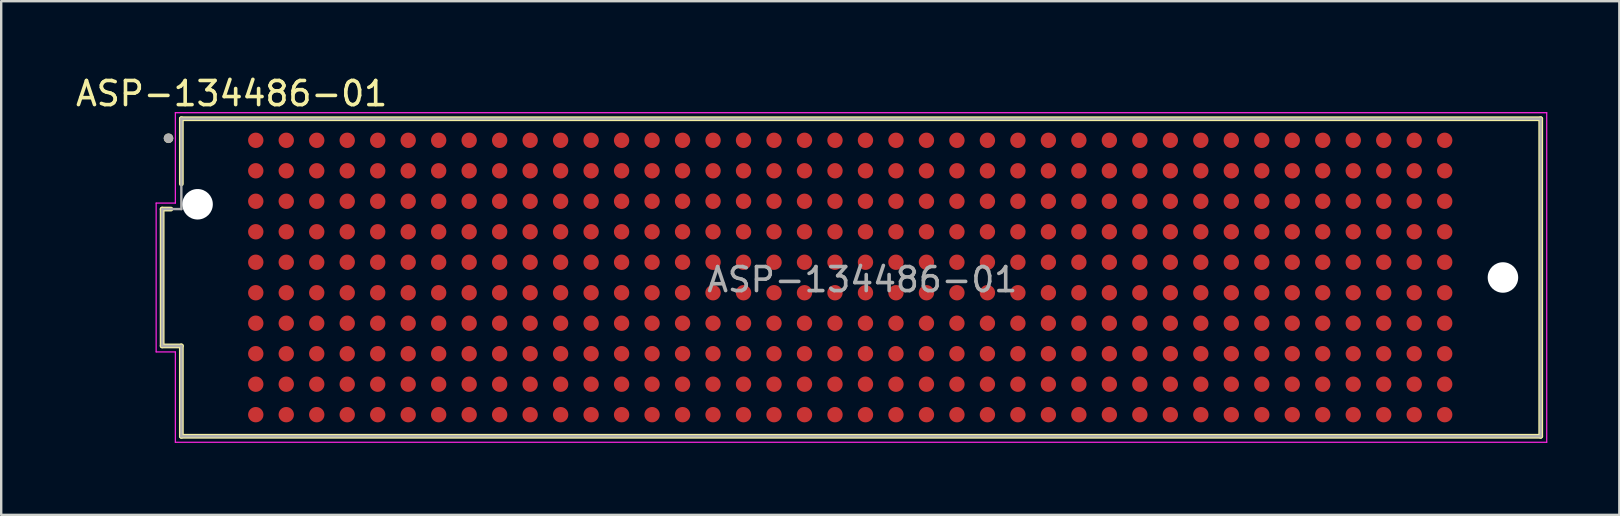
<source format=kicad_pcb>
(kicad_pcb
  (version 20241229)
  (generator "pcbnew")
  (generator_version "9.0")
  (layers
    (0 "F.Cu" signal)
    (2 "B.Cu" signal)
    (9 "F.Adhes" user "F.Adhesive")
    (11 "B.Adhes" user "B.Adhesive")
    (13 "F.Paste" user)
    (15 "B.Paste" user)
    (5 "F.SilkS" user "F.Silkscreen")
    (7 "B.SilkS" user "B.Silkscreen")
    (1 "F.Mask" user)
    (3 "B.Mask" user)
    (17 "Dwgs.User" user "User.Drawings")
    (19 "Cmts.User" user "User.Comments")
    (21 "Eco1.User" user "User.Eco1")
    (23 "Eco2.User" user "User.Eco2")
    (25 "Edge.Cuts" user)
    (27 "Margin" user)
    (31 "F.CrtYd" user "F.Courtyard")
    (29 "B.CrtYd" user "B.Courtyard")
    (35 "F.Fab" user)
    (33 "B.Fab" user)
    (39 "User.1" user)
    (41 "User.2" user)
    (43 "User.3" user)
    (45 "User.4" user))
  (footprint "ASP-134486-01"
    (layer "F.Cu")
    (at 32.37 8.51)
    (property "Reference" "ASP-134486-01" (at -25.77 -7.66 0) (layer "F.SilkS") (effects (font (size 1.004 1.004) (thickness 0.15))))
    (attr through_hole)
    (fp_line (start -28.665 -2.85) (end -28.665 2.85) (stroke (width 0.2) (type solid)) (layer "F.SilkS"))
    (fp_line (start -28.665 -2.85) (end -28.3 -2.85) (stroke (width 0.2) (type solid)) (layer "F.SilkS"))
    (fp_line (start -28.665 2.85) (end -27.865 2.85) (stroke (width 0.2) (type solid)) (layer "F.SilkS"))
    (fp_line (start -27.865 -6.615) (end -27.865 -3.9) (stroke (width 0.2) (type solid)) (layer "F.SilkS"))
    (fp_line (start -27.865 2.85) (end -27.865 6.615) (stroke (width 0.2) (type solid)) (layer "F.SilkS"))
    (fp_line (start -27.865 6.615) (end 28.765 6.615) (stroke (width 0.2) (type solid)) (layer "F.SilkS"))
    (fp_line (start 28.765 -6.615) (end -27.865 -6.615) (stroke (width 0.2) (type solid)) (layer "F.SilkS"))
    (fp_line (start 28.765 6.615) (end 28.765 -6.615) (stroke (width 0.2) (type solid)) (layer "F.SilkS"))
    (fp_circle (center -28.4 -5.8) (end -28.3 -5.8) (stroke (width 0.2) (type solid)) (fill no) (layer "F.SilkS"))
    (fp_line (start -28.915 -3.1) (end -28.915 3.1) (stroke (width 0.05) (type solid)) (layer "F.CrtYd"))
    (fp_line (start -28.915 3.1) (end -28.115 3.1) (stroke (width 0.05) (type solid)) (layer "F.CrtYd"))
    (fp_line (start -28.115 -6.865) (end -28.115 -3.1) (stroke (width 0.05) (type solid)) (layer "F.CrtYd"))
    (fp_line (start -28.115 -3.1) (end -28.915 -3.1) (stroke (width 0.05) (type solid)) (layer "F.CrtYd"))
    (fp_line (start -28.115 3.1) (end -28.115 6.865) (stroke (width 0.05) (type solid)) (layer "F.CrtYd"))
    (fp_line (start -28.115 6.865) (end 29.015 6.865) (stroke (width 0.05) (type solid)) (layer "F.CrtYd"))
    (fp_line (start 29.015 -6.865) (end -28.115 -6.865) (stroke (width 0.05) (type solid)) (layer "F.CrtYd"))
    (fp_line (start 29.015 6.865) (end 29.015 -6.865) (stroke (width 0.05) (type solid)) (layer "F.CrtYd"))
    (fp_line (start -28.665 -2.85) (end -28.665 2.85) (stroke (width 0.1) (type solid)) (layer "F.Fab"))
    (fp_line (start -28.665 2.85) (end -27.865 2.85) (stroke (width 0.1) (type solid)) (layer "F.Fab"))
    (fp_line (start -27.865 -6.615) (end -27.865 -2.85) (stroke (width 0.1) (type solid)) (layer "F.Fab"))
    (fp_line (start -27.865 -2.85) (end -28.665 -2.85) (stroke (width 0.1) (type solid)) (layer "F.Fab"))
    (fp_line (start -27.865 2.85) (end -27.865 6.615) (stroke (width 0.1) (type solid)) (layer "F.Fab"))
    (fp_line (start -27.865 6.615) (end 28.765 6.615) (stroke (width 0.1) (type solid)) (layer "F.Fab"))
    (fp_line (start 28.765 -6.615) (end -27.865 -6.615) (stroke (width 0.1) (type solid)) (layer "F.Fab"))
    (fp_line (start 28.765 6.615) (end 28.765 -6.615) (stroke (width 0.1) (type solid)) (layer "F.Fab"))
    (fp_circle (center -28.4 -5.8) (end -28.3 -5.8) (stroke (width 0.2) (type solid)) (fill no) (layer "F.Fab"))
    (fp_text user "${REFERENCE}" (at 0.5 0.09 0) (layer "F.Fab") (effects (font (size 1 1) (thickness 0.15))))
    (pad "" np_thru_hole circle (at -27.189 -3.05) (size 1.27 1.27) (drill 1.27) (layers "*.Cu" "*.Mask"))
    (pad "" np_thru_hole circle (at 27.191 0) (size 1.27 1.27) (drill 1.27) (layers "*.Cu" "*.Mask"))
    (pad "A1" smd circle (at -24.765 -5.715) (size 0.64 0.64) (layers "F.Cu" "F.Mask"))
    (pad "A2" smd circle (at -23.495 -5.715) (size 0.64 0.64) (layers "F.Cu" "F.Mask"))
    (pad "A3" smd circle (at -22.225 -5.715) (size 0.64 0.64) (layers "F.Cu" "F.Mask"))
    (pad "A4" smd circle (at -20.955 -5.715) (size 0.64 0.64) (layers "F.Cu" "F.Mask"))
    (pad "A5" smd circle (at -19.685 -5.715) (size 0.64 0.64) (layers "F.Cu" "F.Mask"))
    (pad "A6" smd circle (at -18.415 -5.715) (size 0.64 0.64) (layers "F.Cu" "F.Mask"))
    (pad "A7" smd circle (at -17.145 -5.715) (size 0.64 0.64) (layers "F.Cu" "F.Mask"))
    (pad "A8" smd circle (at -15.875 -5.715) (size 0.64 0.64) (layers "F.Cu" "F.Mask"))
    (pad "A9" smd circle (at -14.605 -5.715) (size 0.64 0.64) (layers "F.Cu" "F.Mask"))
    (pad "A10" smd circle (at -13.335 -5.715) (size 0.64 0.64) (layers "F.Cu" "F.Mask"))
    (pad "A11" smd circle (at -12.065 -5.715) (size 0.64 0.64) (layers "F.Cu" "F.Mask"))
    (pad "A12" smd circle (at -10.795 -5.715) (size 0.64 0.64) (layers "F.Cu" "F.Mask"))
    (pad "A13" smd circle (at -9.525 -5.715) (size 0.64 0.64) (layers "F.Cu" "F.Mask"))
    (pad "A14" smd circle (at -8.255 -5.715) (size 0.64 0.64) (layers "F.Cu" "F.Mask"))
    (pad "A15" smd circle (at -6.985 -5.715) (size 0.64 0.64) (layers "F.Cu" "F.Mask"))
    (pad "A16" smd circle (at -5.715 -5.715) (size 0.64 0.64) (layers "F.Cu" "F.Mask"))
    (pad "A17" smd circle (at -4.445 -5.715) (size 0.64 0.64) (layers "F.Cu" "F.Mask"))
    (pad "A18" smd circle (at -3.175 -5.715) (size 0.64 0.64) (layers "F.Cu" "F.Mask"))
    (pad "A19" smd circle (at -1.905 -5.715) (size 0.64 0.64) (layers "F.Cu" "F.Mask"))
    (pad "A20" smd circle (at -0.635 -5.715) (size 0.64 0.64) (layers "F.Cu" "F.Mask"))
    (pad "A21" smd circle (at 0.635 -5.715) (size 0.64 0.64) (layers "F.Cu" "F.Mask"))
    (pad "A22" smd circle (at 1.905 -5.715) (size 0.64 0.64) (layers "F.Cu" "F.Mask"))
    (pad "A23" smd circle (at 3.175 -5.715) (size 0.64 0.64) (layers "F.Cu" "F.Mask"))
    (pad "A24" smd circle (at 4.445 -5.715) (size 0.64 0.64) (layers "F.Cu" "F.Mask"))
    (pad "A25" smd circle (at 5.715 -5.715) (size 0.64 0.64) (layers "F.Cu" "F.Mask"))
    (pad "A26" smd circle (at 6.985 -5.715) (size 0.64 0.64) (layers "F.Cu" "F.Mask"))
    (pad "A27" smd circle (at 8.255 -5.715) (size 0.64 0.64) (layers "F.Cu" "F.Mask"))
    (pad "A28" smd circle (at 9.525 -5.715) (size 0.64 0.64) (layers "F.Cu" "F.Mask"))
    (pad "A29" smd circle (at 10.795 -5.715) (size 0.64 0.64) (layers "F.Cu" "F.Mask"))
    (pad "A30" smd circle (at 12.065 -5.715) (size 0.64 0.64) (layers "F.Cu" "F.Mask"))
    (pad "A31" smd circle (at 13.335 -5.715) (size 0.64 0.64) (layers "F.Cu" "F.Mask"))
    (pad "A32" smd circle (at 14.605 -5.715) (size 0.64 0.64) (layers "F.Cu" "F.Mask"))
    (pad "A33" smd circle (at 15.875 -5.715) (size 0.64 0.64) (layers "F.Cu" "F.Mask"))
    (pad "A34" smd circle (at 17.145 -5.715) (size 0.64 0.64) (layers "F.Cu" "F.Mask"))
    (pad "A35" smd circle (at 18.415 -5.715) (size 0.64 0.64) (layers "F.Cu" "F.Mask"))
    (pad "A36" smd circle (at 19.685 -5.715) (size 0.64 0.64) (layers "F.Cu" "F.Mask"))
    (pad "A37" smd circle (at 20.955 -5.715) (size 0.64 0.64) (layers "F.Cu" "F.Mask"))
    (pad "A38" smd circle (at 22.225 -5.715) (size 0.64 0.64) (layers "F.Cu" "F.Mask"))
    (pad "A39" smd circle (at 23.495 -5.715) (size 0.64 0.64) (layers "F.Cu" "F.Mask"))
    (pad "A40" smd circle (at 24.765 -5.715) (size 0.64 0.64) (layers "F.Cu" "F.Mask"))
    (pad "B1" smd circle (at -24.765 -4.445) (size 0.64 0.64) (layers "F.Cu" "F.Mask"))
    (pad "B2" smd circle (at -23.495 -4.445) (size 0.64 0.64) (layers "F.Cu" "F.Mask"))
    (pad "B3" smd circle (at -22.225 -4.445) (size 0.64 0.64) (layers "F.Cu" "F.Mask"))
    (pad "B4" smd circle (at -20.955 -4.445) (size 0.64 0.64) (layers "F.Cu" "F.Mask"))
    (pad "B5" smd circle (at -19.685 -4.445) (size 0.64 0.64) (layers "F.Cu" "F.Mask"))
    (pad "B6" smd circle (at -18.415 -4.445) (size 0.64 0.64) (layers "F.Cu" "F.Mask"))
    (pad "B7" smd circle (at -17.145 -4.445) (size 0.64 0.64) (layers "F.Cu" "F.Mask"))
    (pad "B8" smd circle (at -15.875 -4.445) (size 0.64 0.64) (layers "F.Cu" "F.Mask"))
    (pad "B9" smd circle (at -14.605 -4.445) (size 0.64 0.64) (layers "F.Cu" "F.Mask"))
    (pad "B10" smd circle (at -13.335 -4.445) (size 0.64 0.64) (layers "F.Cu" "F.Mask"))
    (pad "B11" smd circle (at -12.065 -4.445) (size 0.64 0.64) (layers "F.Cu" "F.Mask"))
    (pad "B12" smd circle (at -10.795 -4.445) (size 0.64 0.64) (layers "F.Cu" "F.Mask"))
    (pad "B13" smd circle (at -9.525 -4.445) (size 0.64 0.64) (layers "F.Cu" "F.Mask"))
    (pad "B14" smd circle (at -8.255 -4.445) (size 0.64 0.64) (layers "F.Cu" "F.Mask"))
    (pad "B15" smd circle (at -6.985 -4.445) (size 0.64 0.64) (layers "F.Cu" "F.Mask"))
    (pad "B16" smd circle (at -5.715 -4.445) (size 0.64 0.64) (layers "F.Cu" "F.Mask"))
    (pad "B17" smd circle (at -4.445 -4.445) (size 0.64 0.64) (layers "F.Cu" "F.Mask"))
    (pad "B18" smd circle (at -3.175 -4.445) (size 0.64 0.64) (layers "F.Cu" "F.Mask"))
    (pad "B19" smd circle (at -1.905 -4.445) (size 0.64 0.64) (layers "F.Cu" "F.Mask"))
    (pad "B20" smd circle (at -0.635 -4.445) (size 0.64 0.64) (layers "F.Cu" "F.Mask"))
    (pad "B21" smd circle (at 0.635 -4.445) (size 0.64 0.64) (layers "F.Cu" "F.Mask"))
    (pad "B22" smd circle (at 1.905 -4.445) (size 0.64 0.64) (layers "F.Cu" "F.Mask"))
    (pad "B23" smd circle (at 3.175 -4.445) (size 0.64 0.64) (layers "F.Cu" "F.Mask"))
    (pad "B24" smd circle (at 4.445 -4.445) (size 0.64 0.64) (layers "F.Cu" "F.Mask"))
    (pad "B25" smd circle (at 5.715 -4.445) (size 0.64 0.64) (layers "F.Cu" "F.Mask"))
    (pad "B26" smd circle (at 6.985 -4.445) (size 0.64 0.64) (layers "F.Cu" "F.Mask"))
    (pad "B27" smd circle (at 8.255 -4.445) (size 0.64 0.64) (layers "F.Cu" "F.Mask"))
    (pad "B28" smd circle (at 9.525 -4.445) (size 0.64 0.64) (layers "F.Cu" "F.Mask"))
    (pad "B29" smd circle (at 10.795 -4.445) (size 0.64 0.64) (layers "F.Cu" "F.Mask"))
    (pad "B30" smd circle (at 12.065 -4.445) (size 0.64 0.64) (layers "F.Cu" "F.Mask"))
    (pad "B31" smd circle (at 13.335 -4.445) (size 0.64 0.64) (layers "F.Cu" "F.Mask"))
    (pad "B32" smd circle (at 14.605 -4.445) (size 0.64 0.64) (layers "F.Cu" "F.Mask"))
    (pad "B33" smd circle (at 15.875 -4.445) (size 0.64 0.64) (layers "F.Cu" "F.Mask"))
    (pad "B34" smd circle (at 17.145 -4.445) (size 0.64 0.64) (layers "F.Cu" "F.Mask"))
    (pad "B35" smd circle (at 18.415 -4.445) (size 0.64 0.64) (layers "F.Cu" "F.Mask"))
    (pad "B36" smd circle (at 19.685 -4.445) (size 0.64 0.64) (layers "F.Cu" "F.Mask"))
    (pad "B37" smd circle (at 20.955 -4.445) (size 0.64 0.64) (layers "F.Cu" "F.Mask"))
    (pad "B38" smd circle (at 22.225 -4.445) (size 0.64 0.64) (layers "F.Cu" "F.Mask"))
    (pad "B39" smd circle (at 23.495 -4.445) (size 0.64 0.64) (layers "F.Cu" "F.Mask"))
    (pad "B40" smd circle (at 24.765 -4.445) (size 0.64 0.64) (layers "F.Cu" "F.Mask"))
    (pad "C1" smd circle (at -24.765 -3.175) (size 0.64 0.64) (layers "F.Cu" "F.Mask"))
    (pad "C2" smd circle (at -23.495 -3.175) (size 0.64 0.64) (layers "F.Cu" "F.Mask"))
    (pad "C3" smd circle (at -22.225 -3.175) (size 0.64 0.64) (layers "F.Cu" "F.Mask"))
    (pad "C4" smd circle (at -20.955 -3.175) (size 0.64 0.64) (layers "F.Cu" "F.Mask"))
    (pad "C5" smd circle (at -19.685 -3.175) (size 0.64 0.64) (layers "F.Cu" "F.Mask"))
    (pad "C6" smd circle (at -18.415 -3.175) (size 0.64 0.64) (layers "F.Cu" "F.Mask"))
    (pad "C7" smd circle (at -17.145 -3.175) (size 0.64 0.64) (layers "F.Cu" "F.Mask"))
    (pad "C8" smd circle (at -15.875 -3.175) (size 0.64 0.64) (layers "F.Cu" "F.Mask"))
    (pad "C9" smd circle (at -14.605 -3.175) (size 0.64 0.64) (layers "F.Cu" "F.Mask"))
    (pad "C10" smd circle (at -13.335 -3.175) (size 0.64 0.64) (layers "F.Cu" "F.Mask"))
    (pad "C11" smd circle (at -12.065 -3.175) (size 0.64 0.64) (layers "F.Cu" "F.Mask"))
    (pad "C12" smd circle (at -10.795 -3.175) (size 0.64 0.64) (layers "F.Cu" "F.Mask"))
    (pad "C13" smd circle (at -9.525 -3.175) (size 0.64 0.64) (layers "F.Cu" "F.Mask"))
    (pad "C14" smd circle (at -8.255 -3.175) (size 0.64 0.64) (layers "F.Cu" "F.Mask"))
    (pad "C15" smd circle (at -6.985 -3.175) (size 0.64 0.64) (layers "F.Cu" "F.Mask"))
    (pad "C16" smd circle (at -5.715 -3.175) (size 0.64 0.64) (layers "F.Cu" "F.Mask"))
    (pad "C17" smd circle (at -4.445 -3.175) (size 0.64 0.64) (layers "F.Cu" "F.Mask"))
    (pad "C18" smd circle (at -3.175 -3.175) (size 0.64 0.64) (layers "F.Cu" "F.Mask"))
    (pad "C19" smd circle (at -1.905 -3.175) (size 0.64 0.64) (layers "F.Cu" "F.Mask"))
    (pad "C20" smd circle (at -0.635 -3.175) (size 0.64 0.64) (layers "F.Cu" "F.Mask"))
    (pad "C21" smd circle (at 0.635 -3.175) (size 0.64 0.64) (layers "F.Cu" "F.Mask"))
    (pad "C22" smd circle (at 1.905 -3.175) (size 0.64 0.64) (layers "F.Cu" "F.Mask"))
    (pad "C23" smd circle (at 3.175 -3.175) (size 0.64 0.64) (layers "F.Cu" "F.Mask"))
    (pad "C24" smd circle (at 4.445 -3.175) (size 0.64 0.64) (layers "F.Cu" "F.Mask"))
    (pad "C25" smd circle (at 5.715 -3.175) (size 0.64 0.64) (layers "F.Cu" "F.Mask"))
    (pad "C26" smd circle (at 6.985 -3.175) (size 0.64 0.64) (layers "F.Cu" "F.Mask"))
    (pad "C27" smd circle (at 8.255 -3.175) (size 0.64 0.64) (layers "F.Cu" "F.Mask"))
    (pad "C28" smd circle (at 9.525 -3.175) (size 0.64 0.64) (layers "F.Cu" "F.Mask"))
    (pad "C29" smd circle (at 10.795 -3.175) (size 0.64 0.64) (layers "F.Cu" "F.Mask"))
    (pad "C30" smd circle (at 12.065 -3.175) (size 0.64 0.64) (layers "F.Cu" "F.Mask"))
    (pad "C31" smd circle (at 13.335 -3.175) (size 0.64 0.64) (layers "F.Cu" "F.Mask"))
    (pad "C32" smd circle (at 14.605 -3.175) (size 0.64 0.64) (layers "F.Cu" "F.Mask"))
    (pad "C33" smd circle (at 15.875 -3.175) (size 0.64 0.64) (layers "F.Cu" "F.Mask"))
    (pad "C34" smd circle (at 17.145 -3.175) (size 0.64 0.64) (layers "F.Cu" "F.Mask"))
    (pad "C35" smd circle (at 18.415 -3.175) (size 0.64 0.64) (layers "F.Cu" "F.Mask"))
    (pad "C36" smd circle (at 19.685 -3.175) (size 0.64 0.64) (layers "F.Cu" "F.Mask"))
    (pad "C37" smd circle (at 20.955 -3.175) (size 0.64 0.64) (layers "F.Cu" "F.Mask"))
    (pad "C38" smd circle (at 22.225 -3.175) (size 0.64 0.64) (layers "F.Cu" "F.Mask"))
    (pad "C39" smd circle (at 23.495 -3.175) (size 0.64 0.64) (layers "F.Cu" "F.Mask"))
    (pad "C40" smd circle (at 24.765 -3.175) (size 0.64 0.64) (layers "F.Cu" "F.Mask"))
    (pad "D1" smd circle (at -24.765 -1.905) (size 0.64 0.64) (layers "F.Cu" "F.Mask"))
    (pad "D2" smd circle (at -23.495 -1.905) (size 0.64 0.64) (layers "F.Cu" "F.Mask"))
    (pad "D3" smd circle (at -22.225 -1.905) (size 0.64 0.64) (layers "F.Cu" "F.Mask"))
    (pad "D4" smd circle (at -20.955 -1.905) (size 0.64 0.64) (layers "F.Cu" "F.Mask"))
    (pad "D5" smd circle (at -19.685 -1.905) (size 0.64 0.64) (layers "F.Cu" "F.Mask"))
    (pad "D6" smd circle (at -18.415 -1.905) (size 0.64 0.64) (layers "F.Cu" "F.Mask"))
    (pad "D7" smd circle (at -17.145 -1.905) (size 0.64 0.64) (layers "F.Cu" "F.Mask"))
    (pad "D8" smd circle (at -15.875 -1.905) (size 0.64 0.64) (layers "F.Cu" "F.Mask"))
    (pad "D9" smd circle (at -14.605 -1.905) (size 0.64 0.64) (layers "F.Cu" "F.Mask"))
    (pad "D10" smd circle (at -13.335 -1.905) (size 0.64 0.64) (layers "F.Cu" "F.Mask"))
    (pad "D11" smd circle (at -12.065 -1.905) (size 0.64 0.64) (layers "F.Cu" "F.Mask"))
    (pad "D12" smd circle (at -10.795 -1.905) (size 0.64 0.64) (layers "F.Cu" "F.Mask"))
    (pad "D13" smd circle (at -9.525 -1.905) (size 0.64 0.64) (layers "F.Cu" "F.Mask"))
    (pad "D14" smd circle (at -8.255 -1.905) (size 0.64 0.64) (layers "F.Cu" "F.Mask"))
    (pad "D15" smd circle (at -6.985 -1.905) (size 0.64 0.64) (layers "F.Cu" "F.Mask"))
    (pad "D16" smd circle (at -5.715 -1.905) (size 0.64 0.64) (layers "F.Cu" "F.Mask"))
    (pad "D17" smd circle (at -4.445 -1.905) (size 0.64 0.64) (layers "F.Cu" "F.Mask"))
    (pad "D18" smd circle (at -3.175 -1.905) (size 0.64 0.64) (layers "F.Cu" "F.Mask"))
    (pad "D19" smd circle (at -1.905 -1.905) (size 0.64 0.64) (layers "F.Cu" "F.Mask"))
    (pad "D20" smd circle (at -0.635 -1.905) (size 0.64 0.64) (layers "F.Cu" "F.Mask"))
    (pad "D21" smd circle (at 0.635 -1.905) (size 0.64 0.64) (layers "F.Cu" "F.Mask"))
    (pad "D22" smd circle (at 1.905 -1.905) (size 0.64 0.64) (layers "F.Cu" "F.Mask"))
    (pad "D23" smd circle (at 3.175 -1.905) (size 0.64 0.64) (layers "F.Cu" "F.Mask"))
    (pad "D24" smd circle (at 4.445 -1.905) (size 0.64 0.64) (layers "F.Cu" "F.Mask"))
    (pad "D25" smd circle (at 5.715 -1.905) (size 0.64 0.64) (layers "F.Cu" "F.Mask"))
    (pad "D26" smd circle (at 6.985 -1.905) (size 0.64 0.64) (layers "F.Cu" "F.Mask"))
    (pad "D27" smd circle (at 8.255 -1.905) (size 0.64 0.64) (layers "F.Cu" "F.Mask"))
    (pad "D28" smd circle (at 9.525 -1.905) (size 0.64 0.64) (layers "F.Cu" "F.Mask"))
    (pad "D29" smd circle (at 10.795 -1.905) (size 0.64 0.64) (layers "F.Cu" "F.Mask"))
    (pad "D30" smd circle (at 12.065 -1.905) (size 0.64 0.64) (layers "F.Cu" "F.Mask"))
    (pad "D31" smd circle (at 13.335 -1.905) (size 0.64 0.64) (layers "F.Cu" "F.Mask"))
    (pad "D32" smd circle (at 14.605 -1.905) (size 0.64 0.64) (layers "F.Cu" "F.Mask"))
    (pad "D33" smd circle (at 15.875 -1.905) (size 0.64 0.64) (layers "F.Cu" "F.Mask"))
    (pad "D34" smd circle (at 17.145 -1.905) (size 0.64 0.64) (layers "F.Cu" "F.Mask"))
    (pad "D35" smd circle (at 18.415 -1.905) (size 0.64 0.64) (layers "F.Cu" "F.Mask"))
    (pad "D36" smd circle (at 19.685 -1.905) (size 0.64 0.64) (layers "F.Cu" "F.Mask"))
    (pad "D37" smd circle (at 20.955 -1.905) (size 0.64 0.64) (layers "F.Cu" "F.Mask"))
    (pad "D38" smd circle (at 22.225 -1.905) (size 0.64 0.64) (layers "F.Cu" "F.Mask"))
    (pad "D39" smd circle (at 23.495 -1.905) (size 0.64 0.64) (layers "F.Cu" "F.Mask"))
    (pad "D40" smd circle (at 24.765 -1.905) (size 0.64 0.64) (layers "F.Cu" "F.Mask"))
    (pad "E1" smd circle (at -24.765 -0.635) (size 0.64 0.64) (layers "F.Cu" "F.Mask"))
    (pad "E2" smd circle (at -23.495 -0.635) (size 0.64 0.64) (layers "F.Cu" "F.Mask"))
    (pad "E3" smd circle (at -22.225 -0.635) (size 0.64 0.64) (layers "F.Cu" "F.Mask"))
    (pad "E4" smd circle (at -20.955 -0.635) (size 0.64 0.64) (layers "F.Cu" "F.Mask"))
    (pad "E5" smd circle (at -19.685 -0.635) (size 0.64 0.64) (layers "F.Cu" "F.Mask"))
    (pad "E6" smd circle (at -18.415 -0.635) (size 0.64 0.64) (layers "F.Cu" "F.Mask"))
    (pad "E7" smd circle (at -17.145 -0.635) (size 0.64 0.64) (layers "F.Cu" "F.Mask"))
    (pad "E8" smd circle (at -15.875 -0.635) (size 0.64 0.64) (layers "F.Cu" "F.Mask"))
    (pad "E9" smd circle (at -14.605 -0.635) (size 0.64 0.64) (layers "F.Cu" "F.Mask"))
    (pad "E10" smd circle (at -13.335 -0.635) (size 0.64 0.64) (layers "F.Cu" "F.Mask"))
    (pad "E11" smd circle (at -12.065 -0.635) (size 0.64 0.64) (layers "F.Cu" "F.Mask"))
    (pad "E12" smd circle (at -10.795 -0.635) (size 0.64 0.64) (layers "F.Cu" "F.Mask"))
    (pad "E13" smd circle (at -9.525 -0.635) (size 0.64 0.64) (layers "F.Cu" "F.Mask"))
    (pad "E14" smd circle (at -8.255 -0.635) (size 0.64 0.64) (layers "F.Cu" "F.Mask"))
    (pad "E15" smd circle (at -6.985 -0.635) (size 0.64 0.64) (layers "F.Cu" "F.Mask"))
    (pad "E16" smd circle (at -5.715 -0.635) (size 0.64 0.64) (layers "F.Cu" "F.Mask"))
    (pad "E17" smd circle (at -4.445 -0.635) (size 0.64 0.64) (layers "F.Cu" "F.Mask"))
    (pad "E18" smd circle (at -3.175 -0.635) (size 0.64 0.64) (layers "F.Cu" "F.Mask"))
    (pad "E19" smd circle (at -1.905 -0.635) (size 0.64 0.64) (layers "F.Cu" "F.Mask"))
    (pad "E20" smd circle (at -0.635 -0.635) (size 0.64 0.64) (layers "F.Cu" "F.Mask"))
    (pad "E21" smd circle (at 0.635 -0.635) (size 0.64 0.64) (layers "F.Cu" "F.Mask"))
    (pad "E22" smd circle (at 1.905 -0.635) (size 0.64 0.64) (layers "F.Cu" "F.Mask"))
    (pad "E23" smd circle (at 3.175 -0.635) (size 0.64 0.64) (layers "F.Cu" "F.Mask"))
    (pad "E24" smd circle (at 4.445 -0.635) (size 0.64 0.64) (layers "F.Cu" "F.Mask"))
    (pad "E25" smd circle (at 5.715 -0.635) (size 0.64 0.64) (layers "F.Cu" "F.Mask"))
    (pad "E26" smd circle (at 6.985 -0.635) (size 0.64 0.64) (layers "F.Cu" "F.Mask"))
    (pad "E27" smd circle (at 8.255 -0.635) (size 0.64 0.64) (layers "F.Cu" "F.Mask"))
    (pad "E28" smd circle (at 9.525 -0.635) (size 0.64 0.64) (layers "F.Cu" "F.Mask"))
    (pad "E29" smd circle (at 10.795 -0.635) (size 0.64 0.64) (layers "F.Cu" "F.Mask"))
    (pad "E30" smd circle (at 12.065 -0.635) (size 0.64 0.64) (layers "F.Cu" "F.Mask"))
    (pad "E31" smd circle (at 13.335 -0.635) (size 0.64 0.64) (layers "F.Cu" "F.Mask"))
    (pad "E32" smd circle (at 14.605 -0.635) (size 0.64 0.64) (layers "F.Cu" "F.Mask"))
    (pad "E33" smd circle (at 15.875 -0.635) (size 0.64 0.64) (layers "F.Cu" "F.Mask"))
    (pad "E34" smd circle (at 17.145 -0.635) (size 0.64 0.64) (layers "F.Cu" "F.Mask"))
    (pad "E35" smd circle (at 18.415 -0.635) (size 0.64 0.64) (layers "F.Cu" "F.Mask"))
    (pad "E36" smd circle (at 19.685 -0.635) (size 0.64 0.64) (layers "F.Cu" "F.Mask"))
    (pad "E37" smd circle (at 20.955 -0.635) (size 0.64 0.64) (layers "F.Cu" "F.Mask"))
    (pad "E38" smd circle (at 22.225 -0.635) (size 0.64 0.64) (layers "F.Cu" "F.Mask"))
    (pad "E39" smd circle (at 23.495 -0.635) (size 0.64 0.64) (layers "F.Cu" "F.Mask"))
    (pad "E40" smd circle (at 24.765 -0.635) (size 0.64 0.64) (layers "F.Cu" "F.Mask"))
    (pad "F1" smd circle (at -24.765 0.635) (size 0.64 0.64) (layers "F.Cu" "F.Mask"))
    (pad "F2" smd circle (at -23.495 0.635) (size 0.64 0.64) (layers "F.Cu" "F.Mask"))
    (pad "F3" smd circle (at -22.225 0.635) (size 0.64 0.64) (layers "F.Cu" "F.Mask"))
    (pad "F4" smd circle (at -20.955 0.635) (size 0.64 0.64) (layers "F.Cu" "F.Mask"))
    (pad "F5" smd circle (at -19.685 0.635) (size 0.64 0.64) (layers "F.Cu" "F.Mask"))
    (pad "F6" smd circle (at -18.415 0.635) (size 0.64 0.64) (layers "F.Cu" "F.Mask"))
    (pad "F7" smd circle (at -17.145 0.635) (size 0.64 0.64) (layers "F.Cu" "F.Mask"))
    (pad "F8" smd circle (at -15.875 0.635) (size 0.64 0.64) (layers "F.Cu" "F.Mask"))
    (pad "F9" smd circle (at -14.605 0.635) (size 0.64 0.64) (layers "F.Cu" "F.Mask"))
    (pad "F10" smd circle (at -13.335 0.635) (size 0.64 0.64) (layers "F.Cu" "F.Mask"))
    (pad "F11" smd circle (at -12.065 0.635) (size 0.64 0.64) (layers "F.Cu" "F.Mask"))
    (pad "F12" smd circle (at -10.795 0.635) (size 0.64 0.64) (layers "F.Cu" "F.Mask"))
    (pad "F13" smd circle (at -9.525 0.635) (size 0.64 0.64) (layers "F.Cu" "F.Mask"))
    (pad "F14" smd circle (at -8.255 0.635) (size 0.64 0.64) (layers "F.Cu" "F.Mask"))
    (pad "F15" smd circle (at -6.985 0.635) (size 0.64 0.64) (layers "F.Cu" "F.Mask"))
    (pad "F16" smd circle (at -5.715 0.635) (size 0.64 0.64) (layers "F.Cu" "F.Mask"))
    (pad "F17" smd circle (at -4.445 0.635) (size 0.64 0.64) (layers "F.Cu" "F.Mask"))
    (pad "F18" smd circle (at -3.175 0.635) (size 0.64 0.64) (layers "F.Cu" "F.Mask"))
    (pad "F19" smd circle (at -1.905 0.635) (size 0.64 0.64) (layers "F.Cu" "F.Mask"))
    (pad "F20" smd circle (at -0.635 0.635) (size 0.64 0.64) (layers "F.Cu" "F.Mask"))
    (pad "F21" smd circle (at 0.635 0.635) (size 0.64 0.64) (layers "F.Cu" "F.Mask"))
    (pad "F22" smd circle (at 1.905 0.635) (size 0.64 0.64) (layers "F.Cu" "F.Mask"))
    (pad "F23" smd circle (at 3.175 0.635) (size 0.64 0.64) (layers "F.Cu" "F.Mask"))
    (pad "F24" smd circle (at 4.445 0.635) (size 0.64 0.64) (layers "F.Cu" "F.Mask"))
    (pad "F25" smd circle (at 5.715 0.635) (size 0.64 0.64) (layers "F.Cu" "F.Mask"))
    (pad "F26" smd circle (at 6.985 0.635) (size 0.64 0.64) (layers "F.Cu" "F.Mask"))
    (pad "F27" smd circle (at 8.255 0.635) (size 0.64 0.64) (layers "F.Cu" "F.Mask"))
    (pad "F28" smd circle (at 9.525 0.635) (size 0.64 0.64) (layers "F.Cu" "F.Mask"))
    (pad "F29" smd circle (at 10.795 0.635) (size 0.64 0.64) (layers "F.Cu" "F.Mask"))
    (pad "F30" smd circle (at 12.065 0.635) (size 0.64 0.64) (layers "F.Cu" "F.Mask"))
    (pad "F31" smd circle (at 13.335 0.635) (size 0.64 0.64) (layers "F.Cu" "F.Mask"))
    (pad "F32" smd circle (at 14.605 0.635) (size 0.64 0.64) (layers "F.Cu" "F.Mask"))
    (pad "F33" smd circle (at 15.875 0.635) (size 0.64 0.64) (layers "F.Cu" "F.Mask"))
    (pad "F34" smd circle (at 17.145 0.635) (size 0.64 0.64) (layers "F.Cu" "F.Mask"))
    (pad "F35" smd circle (at 18.415 0.635) (size 0.64 0.64) (layers "F.Cu" "F.Mask"))
    (pad "F36" smd circle (at 19.685 0.635) (size 0.64 0.64) (layers "F.Cu" "F.Mask"))
    (pad "F37" smd circle (at 20.955 0.635) (size 0.64 0.64) (layers "F.Cu" "F.Mask"))
    (pad "F38" smd circle (at 22.225 0.635) (size 0.64 0.64) (layers "F.Cu" "F.Mask"))
    (pad "F39" smd circle (at 23.495 0.635) (size 0.64 0.64) (layers "F.Cu" "F.Mask"))
    (pad "F40" smd circle (at 24.765 0.635) (size 0.64 0.64) (layers "F.Cu" "F.Mask"))
    (pad "G1" smd circle (at -24.765 1.905) (size 0.64 0.64) (layers "F.Cu" "F.Mask"))
    (pad "G2" smd circle (at -23.495 1.905) (size 0.64 0.64) (layers "F.Cu" "F.Mask"))
    (pad "G3" smd circle (at -22.225 1.905) (size 0.64 0.64) (layers "F.Cu" "F.Mask"))
    (pad "G4" smd circle (at -20.955 1.905) (size 0.64 0.64) (layers "F.Cu" "F.Mask"))
    (pad "G5" smd circle (at -19.685 1.905) (size 0.64 0.64) (layers "F.Cu" "F.Mask"))
    (pad "G6" smd circle (at -18.415 1.905) (size 0.64 0.64) (layers "F.Cu" "F.Mask"))
    (pad "G7" smd circle (at -17.145 1.905) (size 0.64 0.64) (layers "F.Cu" "F.Mask"))
    (pad "G8" smd circle (at -15.875 1.905) (size 0.64 0.64) (layers "F.Cu" "F.Mask"))
    (pad "G9" smd circle (at -14.605 1.905) (size 0.64 0.64) (layers "F.Cu" "F.Mask"))
    (pad "G10" smd circle (at -13.335 1.905) (size 0.64 0.64) (layers "F.Cu" "F.Mask"))
    (pad "G11" smd circle (at -12.065 1.905) (size 0.64 0.64) (layers "F.Cu" "F.Mask"))
    (pad "G12" smd circle (at -10.795 1.905) (size 0.64 0.64) (layers "F.Cu" "F.Mask"))
    (pad "G13" smd circle (at -9.525 1.905) (size 0.64 0.64) (layers "F.Cu" "F.Mask"))
    (pad "G14" smd circle (at -8.255 1.905) (size 0.64 0.64) (layers "F.Cu" "F.Mask"))
    (pad "G15" smd circle (at -6.985 1.905) (size 0.64 0.64) (layers "F.Cu" "F.Mask"))
    (pad "G16" smd circle (at -5.715 1.905) (size 0.64 0.64) (layers "F.Cu" "F.Mask"))
    (pad "G17" smd circle (at -4.445 1.905) (size 0.64 0.64) (layers "F.Cu" "F.Mask"))
    (pad "G18" smd circle (at -3.175 1.905) (size 0.64 0.64) (layers "F.Cu" "F.Mask"))
    (pad "G19" smd circle (at -1.905 1.905) (size 0.64 0.64) (layers "F.Cu" "F.Mask"))
    (pad "G20" smd circle (at -0.635 1.905) (size 0.64 0.64) (layers "F.Cu" "F.Mask"))
    (pad "G21" smd circle (at 0.635 1.905) (size 0.64 0.64) (layers "F.Cu" "F.Mask"))
    (pad "G22" smd circle (at 1.905 1.905) (size 0.64 0.64) (layers "F.Cu" "F.Mask"))
    (pad "G23" smd circle (at 3.175 1.905) (size 0.64 0.64) (layers "F.Cu" "F.Mask"))
    (pad "G24" smd circle (at 4.445 1.905) (size 0.64 0.64) (layers "F.Cu" "F.Mask"))
    (pad "G25" smd circle (at 5.715 1.905) (size 0.64 0.64) (layers "F.Cu" "F.Mask"))
    (pad "G26" smd circle (at 6.985 1.905) (size 0.64 0.64) (layers "F.Cu" "F.Mask"))
    (pad "G27" smd circle (at 8.255 1.905) (size 0.64 0.64) (layers "F.Cu" "F.Mask"))
    (pad "G28" smd circle (at 9.525 1.905) (size 0.64 0.64) (layers "F.Cu" "F.Mask"))
    (pad "G29" smd circle (at 10.795 1.905) (size 0.64 0.64) (layers "F.Cu" "F.Mask"))
    (pad "G30" smd circle (at 12.065 1.905) (size 0.64 0.64) (layers "F.Cu" "F.Mask"))
    (pad "G31" smd circle (at 13.335 1.905) (size 0.64 0.64) (layers "F.Cu" "F.Mask"))
    (pad "G32" smd circle (at 14.605 1.905) (size 0.64 0.64) (layers "F.Cu" "F.Mask"))
    (pad "G33" smd circle (at 15.875 1.905) (size 0.64 0.64) (layers "F.Cu" "F.Mask"))
    (pad "G34" smd circle (at 17.145 1.905) (size 0.64 0.64) (layers "F.Cu" "F.Mask"))
    (pad "G35" smd circle (at 18.415 1.905) (size 0.64 0.64) (layers "F.Cu" "F.Mask"))
    (pad "G36" smd circle (at 19.685 1.905) (size 0.64 0.64) (layers "F.Cu" "F.Mask"))
    (pad "G37" smd circle (at 20.955 1.905) (size 0.64 0.64) (layers "F.Cu" "F.Mask"))
    (pad "G38" smd circle (at 22.225 1.905) (size 0.64 0.64) (layers "F.Cu" "F.Mask"))
    (pad "G39" smd circle (at 23.495 1.905) (size 0.64 0.64) (layers "F.Cu" "F.Mask"))
    (pad "G40" smd circle (at 24.765 1.905) (size 0.64 0.64) (layers "F.Cu" "F.Mask"))
    (pad "H1" smd circle (at -24.765 3.175) (size 0.64 0.64) (layers "F.Cu" "F.Mask"))
    (pad "H2" smd circle (at -23.495 3.175) (size 0.64 0.64) (layers "F.Cu" "F.Mask"))
    (pad "H3" smd circle (at -22.225 3.175) (size 0.64 0.64) (layers "F.Cu" "F.Mask"))
    (pad "H4" smd circle (at -20.955 3.175) (size 0.64 0.64) (layers "F.Cu" "F.Mask"))
    (pad "H5" smd circle (at -19.685 3.175) (size 0.64 0.64) (layers "F.Cu" "F.Mask"))
    (pad "H6" smd circle (at -18.415 3.175) (size 0.64 0.64) (layers "F.Cu" "F.Mask"))
    (pad "H7" smd circle (at -17.145 3.175) (size 0.64 0.64) (layers "F.Cu" "F.Mask"))
    (pad "H8" smd circle (at -15.875 3.175) (size 0.64 0.64) (layers "F.Cu" "F.Mask"))
    (pad "H9" smd circle (at -14.605 3.175) (size 0.64 0.64) (layers "F.Cu" "F.Mask"))
    (pad "H10" smd circle (at -13.335 3.175) (size 0.64 0.64) (layers "F.Cu" "F.Mask"))
    (pad "H11" smd circle (at -12.065 3.175) (size 0.64 0.64) (layers "F.Cu" "F.Mask"))
    (pad "H12" smd circle (at -10.795 3.175) (size 0.64 0.64) (layers "F.Cu" "F.Mask"))
    (pad "H13" smd circle (at -9.525 3.175) (size 0.64 0.64) (layers "F.Cu" "F.Mask"))
    (pad "H14" smd circle (at -8.255 3.175) (size 0.64 0.64) (layers "F.Cu" "F.Mask"))
    (pad "H15" smd circle (at -6.985 3.175) (size 0.64 0.64) (layers "F.Cu" "F.Mask"))
    (pad "H16" smd circle (at -5.715 3.175) (size 0.64 0.64) (layers "F.Cu" "F.Mask"))
    (pad "H17" smd circle (at -4.445 3.175) (size 0.64 0.64) (layers "F.Cu" "F.Mask"))
    (pad "H18" smd circle (at -3.175 3.175) (size 0.64 0.64) (layers "F.Cu" "F.Mask"))
    (pad "H19" smd circle (at -1.905 3.175) (size 0.64 0.64) (layers "F.Cu" "F.Mask"))
    (pad "H20" smd circle (at -0.635 3.175) (size 0.64 0.64) (layers "F.Cu" "F.Mask"))
    (pad "H21" smd circle (at 0.635 3.175) (size 0.64 0.64) (layers "F.Cu" "F.Mask"))
    (pad "H22" smd circle (at 1.905 3.175) (size 0.64 0.64) (layers "F.Cu" "F.Mask"))
    (pad "H23" smd circle (at 3.175 3.175) (size 0.64 0.64) (layers "F.Cu" "F.Mask"))
    (pad "H24" smd circle (at 4.445 3.175) (size 0.64 0.64) (layers "F.Cu" "F.Mask"))
    (pad "H25" smd circle (at 5.715 3.175) (size 0.64 0.64) (layers "F.Cu" "F.Mask"))
    (pad "H26" smd circle (at 6.985 3.175) (size 0.64 0.64) (layers "F.Cu" "F.Mask"))
    (pad "H27" smd circle (at 8.255 3.175) (size 0.64 0.64) (layers "F.Cu" "F.Mask"))
    (pad "H28" smd circle (at 9.525 3.175) (size 0.64 0.64) (layers "F.Cu" "F.Mask"))
    (pad "H29" smd circle (at 10.795 3.175) (size 0.64 0.64) (layers "F.Cu" "F.Mask"))
    (pad "H30" smd circle (at 12.065 3.175) (size 0.64 0.64) (layers "F.Cu" "F.Mask"))
    (pad "H31" smd circle (at 13.335 3.175) (size 0.64 0.64) (layers "F.Cu" "F.Mask"))
    (pad "H32" smd circle (at 14.605 3.175) (size 0.64 0.64) (layers "F.Cu" "F.Mask"))
    (pad "H33" smd circle (at 15.875 3.175) (size 0.64 0.64) (layers "F.Cu" "F.Mask"))
    (pad "H34" smd circle (at 17.145 3.175) (size 0.64 0.64) (layers "F.Cu" "F.Mask"))
    (pad "H35" smd circle (at 18.415 3.175) (size 0.64 0.64) (layers "F.Cu" "F.Mask"))
    (pad "H36" smd circle (at 19.685 3.175) (size 0.64 0.64) (layers "F.Cu" "F.Mask"))
    (pad "H37" smd circle (at 20.955 3.175) (size 0.64 0.64) (layers "F.Cu" "F.Mask"))
    (pad "H38" smd circle (at 22.225 3.175) (size 0.64 0.64) (layers "F.Cu" "F.Mask"))
    (pad "H39" smd circle (at 23.495 3.175) (size 0.64 0.64) (layers "F.Cu" "F.Mask"))
    (pad "H40" smd circle (at 24.765 3.175) (size 0.64 0.64) (layers "F.Cu" "F.Mask"))
    (pad "J1" smd circle (at -24.765 4.445) (size 0.64 0.64) (layers "F.Cu" "F.Mask"))
    (pad "J2" smd circle (at -23.495 4.445) (size 0.64 0.64) (layers "F.Cu" "F.Mask"))
    (pad "J3" smd circle (at -22.225 4.445) (size 0.64 0.64) (layers "F.Cu" "F.Mask"))
    (pad "J4" smd circle (at -20.955 4.445) (size 0.64 0.64) (layers "F.Cu" "F.Mask"))
    (pad "J5" smd circle (at -19.685 4.445) (size 0.64 0.64) (layers "F.Cu" "F.Mask"))
    (pad "J6" smd circle (at -18.415 4.445) (size 0.64 0.64) (layers "F.Cu" "F.Mask"))
    (pad "J7" smd circle (at -17.145 4.445) (size 0.64 0.64) (layers "F.Cu" "F.Mask"))
    (pad "J8" smd circle (at -15.875 4.445) (size 0.64 0.64) (layers "F.Cu" "F.Mask"))
    (pad "J9" smd circle (at -14.605 4.445) (size 0.64 0.64) (layers "F.Cu" "F.Mask"))
    (pad "J10" smd circle (at -13.335 4.445) (size 0.64 0.64) (layers "F.Cu" "F.Mask"))
    (pad "J11" smd circle (at -12.065 4.445) (size 0.64 0.64) (layers "F.Cu" "F.Mask"))
    (pad "J12" smd circle (at -10.795 4.445) (size 0.64 0.64) (layers "F.Cu" "F.Mask"))
    (pad "J13" smd circle (at -9.525 4.445) (size 0.64 0.64) (layers "F.Cu" "F.Mask"))
    (pad "J14" smd circle (at -8.255 4.445) (size 0.64 0.64) (layers "F.Cu" "F.Mask"))
    (pad "J15" smd circle (at -6.985 4.445) (size 0.64 0.64) (layers "F.Cu" "F.Mask"))
    (pad "J16" smd circle (at -5.715 4.445) (size 0.64 0.64) (layers "F.Cu" "F.Mask"))
    (pad "J17" smd circle (at -4.445 4.445) (size 0.64 0.64) (layers "F.Cu" "F.Mask"))
    (pad "J18" smd circle (at -3.175 4.445) (size 0.64 0.64) (layers "F.Cu" "F.Mask"))
    (pad "J19" smd circle (at -1.905 4.445) (size 0.64 0.64) (layers "F.Cu" "F.Mask"))
    (pad "J20" smd circle (at -0.635 4.445) (size 0.64 0.64) (layers "F.Cu" "F.Mask"))
    (pad "J21" smd circle (at 0.635 4.445) (size 0.64 0.64) (layers "F.Cu" "F.Mask"))
    (pad "J22" smd circle (at 1.905 4.445) (size 0.64 0.64) (layers "F.Cu" "F.Mask"))
    (pad "J23" smd circle (at 3.175 4.445) (size 0.64 0.64) (layers "F.Cu" "F.Mask"))
    (pad "J24" smd circle (at 4.445 4.445) (size 0.64 0.64) (layers "F.Cu" "F.Mask"))
    (pad "J25" smd circle (at 5.715 4.445) (size 0.64 0.64) (layers "F.Cu" "F.Mask"))
    (pad "J26" smd circle (at 6.985 4.445) (size 0.64 0.64) (layers "F.Cu" "F.Mask"))
    (pad "J27" smd circle (at 8.255 4.445) (size 0.64 0.64) (layers "F.Cu" "F.Mask"))
    (pad "J28" smd circle (at 9.525 4.445) (size 0.64 0.64) (layers "F.Cu" "F.Mask"))
    (pad "J29" smd circle (at 10.795 4.445) (size 0.64 0.64) (layers "F.Cu" "F.Mask"))
    (pad "J30" smd circle (at 12.065 4.445) (size 0.64 0.64) (layers "F.Cu" "F.Mask"))
    (pad "J31" smd circle (at 13.335 4.445) (size 0.64 0.64) (layers "F.Cu" "F.Mask"))
    (pad "J32" smd circle (at 14.605 4.445) (size 0.64 0.64) (layers "F.Cu" "F.Mask"))
    (pad "J33" smd circle (at 15.875 4.445) (size 0.64 0.64) (layers "F.Cu" "F.Mask"))
    (pad "J34" smd circle (at 17.145 4.445) (size 0.64 0.64) (layers "F.Cu" "F.Mask"))
    (pad "J35" smd circle (at 18.415 4.445) (size 0.64 0.64) (layers "F.Cu" "F.Mask"))
    (pad "J36" smd circle (at 19.685 4.445) (size 0.64 0.64) (layers "F.Cu" "F.Mask"))
    (pad "J37" smd circle (at 20.955 4.445) (size 0.64 0.64) (layers "F.Cu" "F.Mask"))
    (pad "J38" smd circle (at 22.225 4.445) (size 0.64 0.64) (layers "F.Cu" "F.Mask"))
    (pad "J39" smd circle (at 23.495 4.445) (size 0.64 0.64) (layers "F.Cu" "F.Mask"))
    (pad "J40" smd circle (at 24.765 4.445) (size 0.64 0.64) (layers "F.Cu" "F.Mask"))
    (pad "K1" smd circle (at -24.765 5.715) (size 0.64 0.64) (layers "F.Cu" "F.Mask"))
    (pad "K2" smd circle (at -23.495 5.715) (size 0.64 0.64) (layers "F.Cu" "F.Mask"))
    (pad "K3" smd circle (at -22.225 5.715) (size 0.64 0.64) (layers "F.Cu" "F.Mask"))
    (pad "K4" smd circle (at -20.955 5.715) (size 0.64 0.64) (layers "F.Cu" "F.Mask"))
    (pad "K5" smd circle (at -19.685 5.715) (size 0.64 0.64) (layers "F.Cu" "F.Mask"))
    (pad "K6" smd circle (at -18.415 5.715) (size 0.64 0.64) (layers "F.Cu" "F.Mask"))
    (pad "K7" smd circle (at -17.145 5.715) (size 0.64 0.64) (layers "F.Cu" "F.Mask"))
    (pad "K8" smd circle (at -15.875 5.715) (size 0.64 0.64) (layers "F.Cu" "F.Mask"))
    (pad "K9" smd circle (at -14.605 5.715) (size 0.64 0.64) (layers "F.Cu" "F.Mask"))
    (pad "K10" smd circle (at -13.335 5.715) (size 0.64 0.64) (layers "F.Cu" "F.Mask"))
    (pad "K11" smd circle (at -12.065 5.715) (size 0.64 0.64) (layers "F.Cu" "F.Mask"))
    (pad "K12" smd circle (at -10.795 5.715) (size 0.64 0.64) (layers "F.Cu" "F.Mask"))
    (pad "K13" smd circle (at -9.525 5.715) (size 0.64 0.64) (layers "F.Cu" "F.Mask"))
    (pad "K14" smd circle (at -8.255 5.715) (size 0.64 0.64) (layers "F.Cu" "F.Mask"))
    (pad "K15" smd circle (at -6.985 5.715) (size 0.64 0.64) (layers "F.Cu" "F.Mask"))
    (pad "K16" smd circle (at -5.715 5.715) (size 0.64 0.64) (layers "F.Cu" "F.Mask"))
    (pad "K17" smd circle (at -4.445 5.715) (size 0.64 0.64) (layers "F.Cu" "F.Mask"))
    (pad "K18" smd circle (at -3.175 5.715) (size 0.64 0.64) (layers "F.Cu" "F.Mask"))
    (pad "K19" smd circle (at -1.905 5.715) (size 0.64 0.64) (layers "F.Cu" "F.Mask"))
    (pad "K20" smd circle (at -0.635 5.715) (size 0.64 0.64) (layers "F.Cu" "F.Mask"))
    (pad "K21" smd circle (at 0.635 5.715) (size 0.64 0.64) (layers "F.Cu" "F.Mask"))
    (pad "K22" smd circle (at 1.905 5.715) (size 0.64 0.64) (layers "F.Cu" "F.Mask"))
    (pad "K23" smd circle (at 3.175 5.715) (size 0.64 0.64) (layers "F.Cu" "F.Mask"))
    (pad "K24" smd circle (at 4.445 5.715) (size 0.64 0.64) (layers "F.Cu" "F.Mask"))
    (pad "K25" smd circle (at 5.715 5.715) (size 0.64 0.64) (layers "F.Cu" "F.Mask"))
    (pad "K26" smd circle (at 6.985 5.715) (size 0.64 0.64) (layers "F.Cu" "F.Mask"))
    (pad "K27" smd circle (at 8.255 5.715) (size 0.64 0.64) (layers "F.Cu" "F.Mask"))
    (pad "K28" smd circle (at 9.525 5.715) (size 0.64 0.64) (layers "F.Cu" "F.Mask"))
    (pad "K29" smd circle (at 10.795 5.715) (size 0.64 0.64) (layers "F.Cu" "F.Mask"))
    (pad "K30" smd circle (at 12.065 5.715) (size 0.64 0.64) (layers "F.Cu" "F.Mask"))
    (pad "K31" smd circle (at 13.335 5.715) (size 0.64 0.64) (layers "F.Cu" "F.Mask"))
    (pad "K32" smd circle (at 14.605 5.715) (size 0.64 0.64) (layers "F.Cu" "F.Mask"))
    (pad "K33" smd circle (at 15.875 5.715) (size 0.64 0.64) (layers "F.Cu" "F.Mask"))
    (pad "K34" smd circle (at 17.145 5.715) (size 0.64 0.64) (layers "F.Cu" "F.Mask"))
    (pad "K35" smd circle (at 18.415 5.715) (size 0.64 0.64) (layers "F.Cu" "F.Mask"))
    (pad "K36" smd circle (at 19.685 5.715) (size 0.64 0.64) (layers "F.Cu" "F.Mask"))
    (pad "K37" smd circle (at 20.955 5.715) (size 0.64 0.64) (layers "F.Cu" "F.Mask"))
    (pad "K38" smd circle (at 22.225 5.715) (size 0.64 0.64) (layers "F.Cu" "F.Mask"))
    (pad "K39" smd circle (at 23.495 5.715) (size 0.64 0.64) (layers "F.Cu" "F.Mask"))
    (pad "K40" smd circle (at 24.765 5.715) (size 0.64 0.64) (layers "F.Cu" "F.Mask")))
  (gr_rect
    (start -3 -3)
    (end 64.41 18.4)
    (stroke (width 0.1) (type default))
    (fill no)
    (layer "Edge.Cuts")))
</source>
